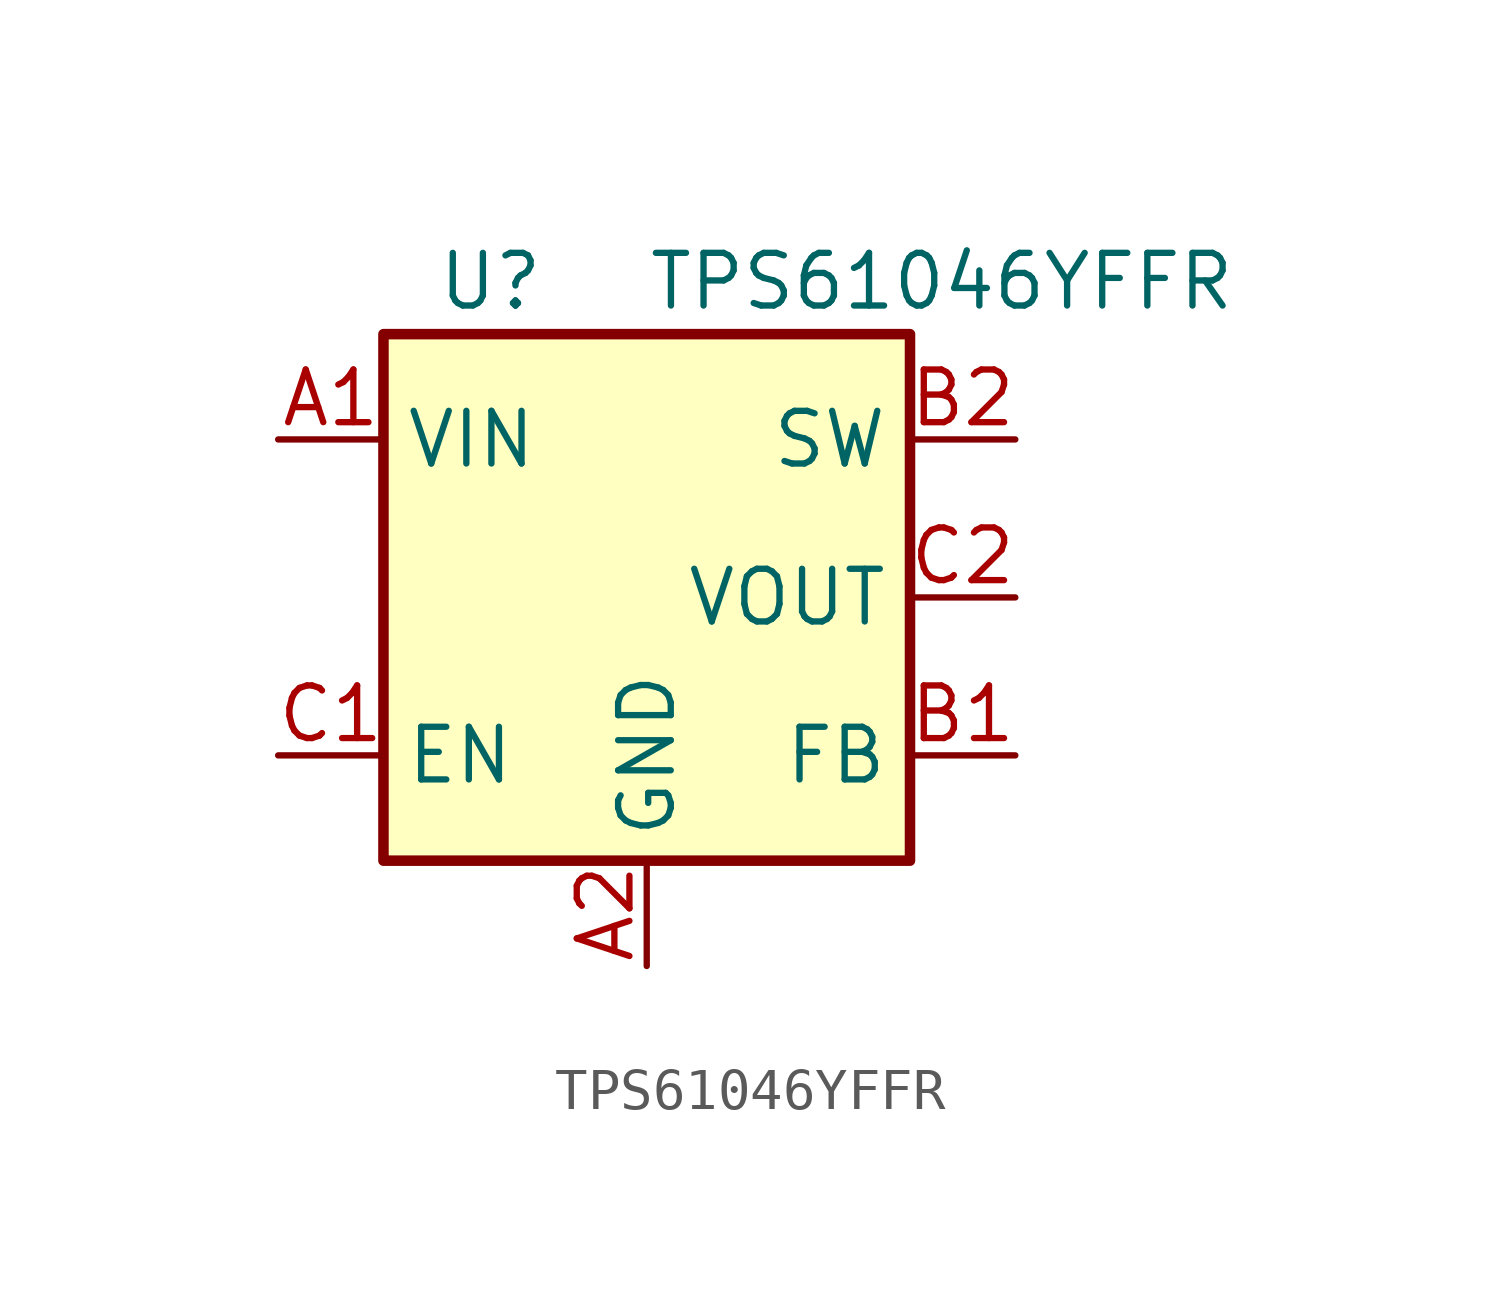
<source format=kicad_sym>
(kicad_symbol_lib
  (version 20200126)
  (host kicad_symbol_editor "(5.99.0-1839-gb83d64fc0)")
  (symbol "Regulator_Switching_RD:TPS61046YFFR"
    (pin_names
      (offset 0.508))
    (property "Reference" "U"
      (at -5.08 6.35 0)
      (effects (font (size 1.27 1.27)) (justify left)))
    (property "Value" "TPS61046YFFR"
      (at 0 6.35 0)
      (effects (font (size 1.27 1.27)) (justify left)))
    (symbol "TPS61046YFFR_0_1"
      (rectangle (start -6.35 5.08) (end 6.35 -7.62) (stroke (width 0.254)) (fill (type background))))
    (symbol "TPS61046YFFR_1_1"
      (pin power_in line (at 0 -10.16 90) (length 2.54) (name "GND" (effects (font (size 1.27 1.27)))) (number "A2" (effects (font (size 1.27 1.27)))))
      (pin power_in line (at -8.89 2.54 0) (length 2.54) (name "VIN" (effects (font (size 1.27 1.27)))) (number "A1" (effects (font (size 1.27 1.27)))))
      (pin input line (at -8.89 -5.08 0) (length 2.54) (name "EN" (effects (font (size 1.27 1.27)))) (number "C1" (effects (font (size 1.27 1.27)))))
      (pin input line (at 8.89 -5.08 180) (length 2.54) (name "FB" (effects (font (size 1.27 1.27)))) (number "B1" (effects (font (size 1.27 1.27)))))
      (pin power_out line (at 8.89 -1.27 180) (length 2.54) (name "VOUT" (effects (font (size 1.27 1.27)))) (number "C2" (effects (font (size 1.27 1.27)))))
      (pin power_out line (at 8.89 2.54 180) (length 2.54) (name "SW" (effects (font (size 1.27 1.27)))) (number "B2" (effects (font (size 1.27 1.27))))))))
</source>
